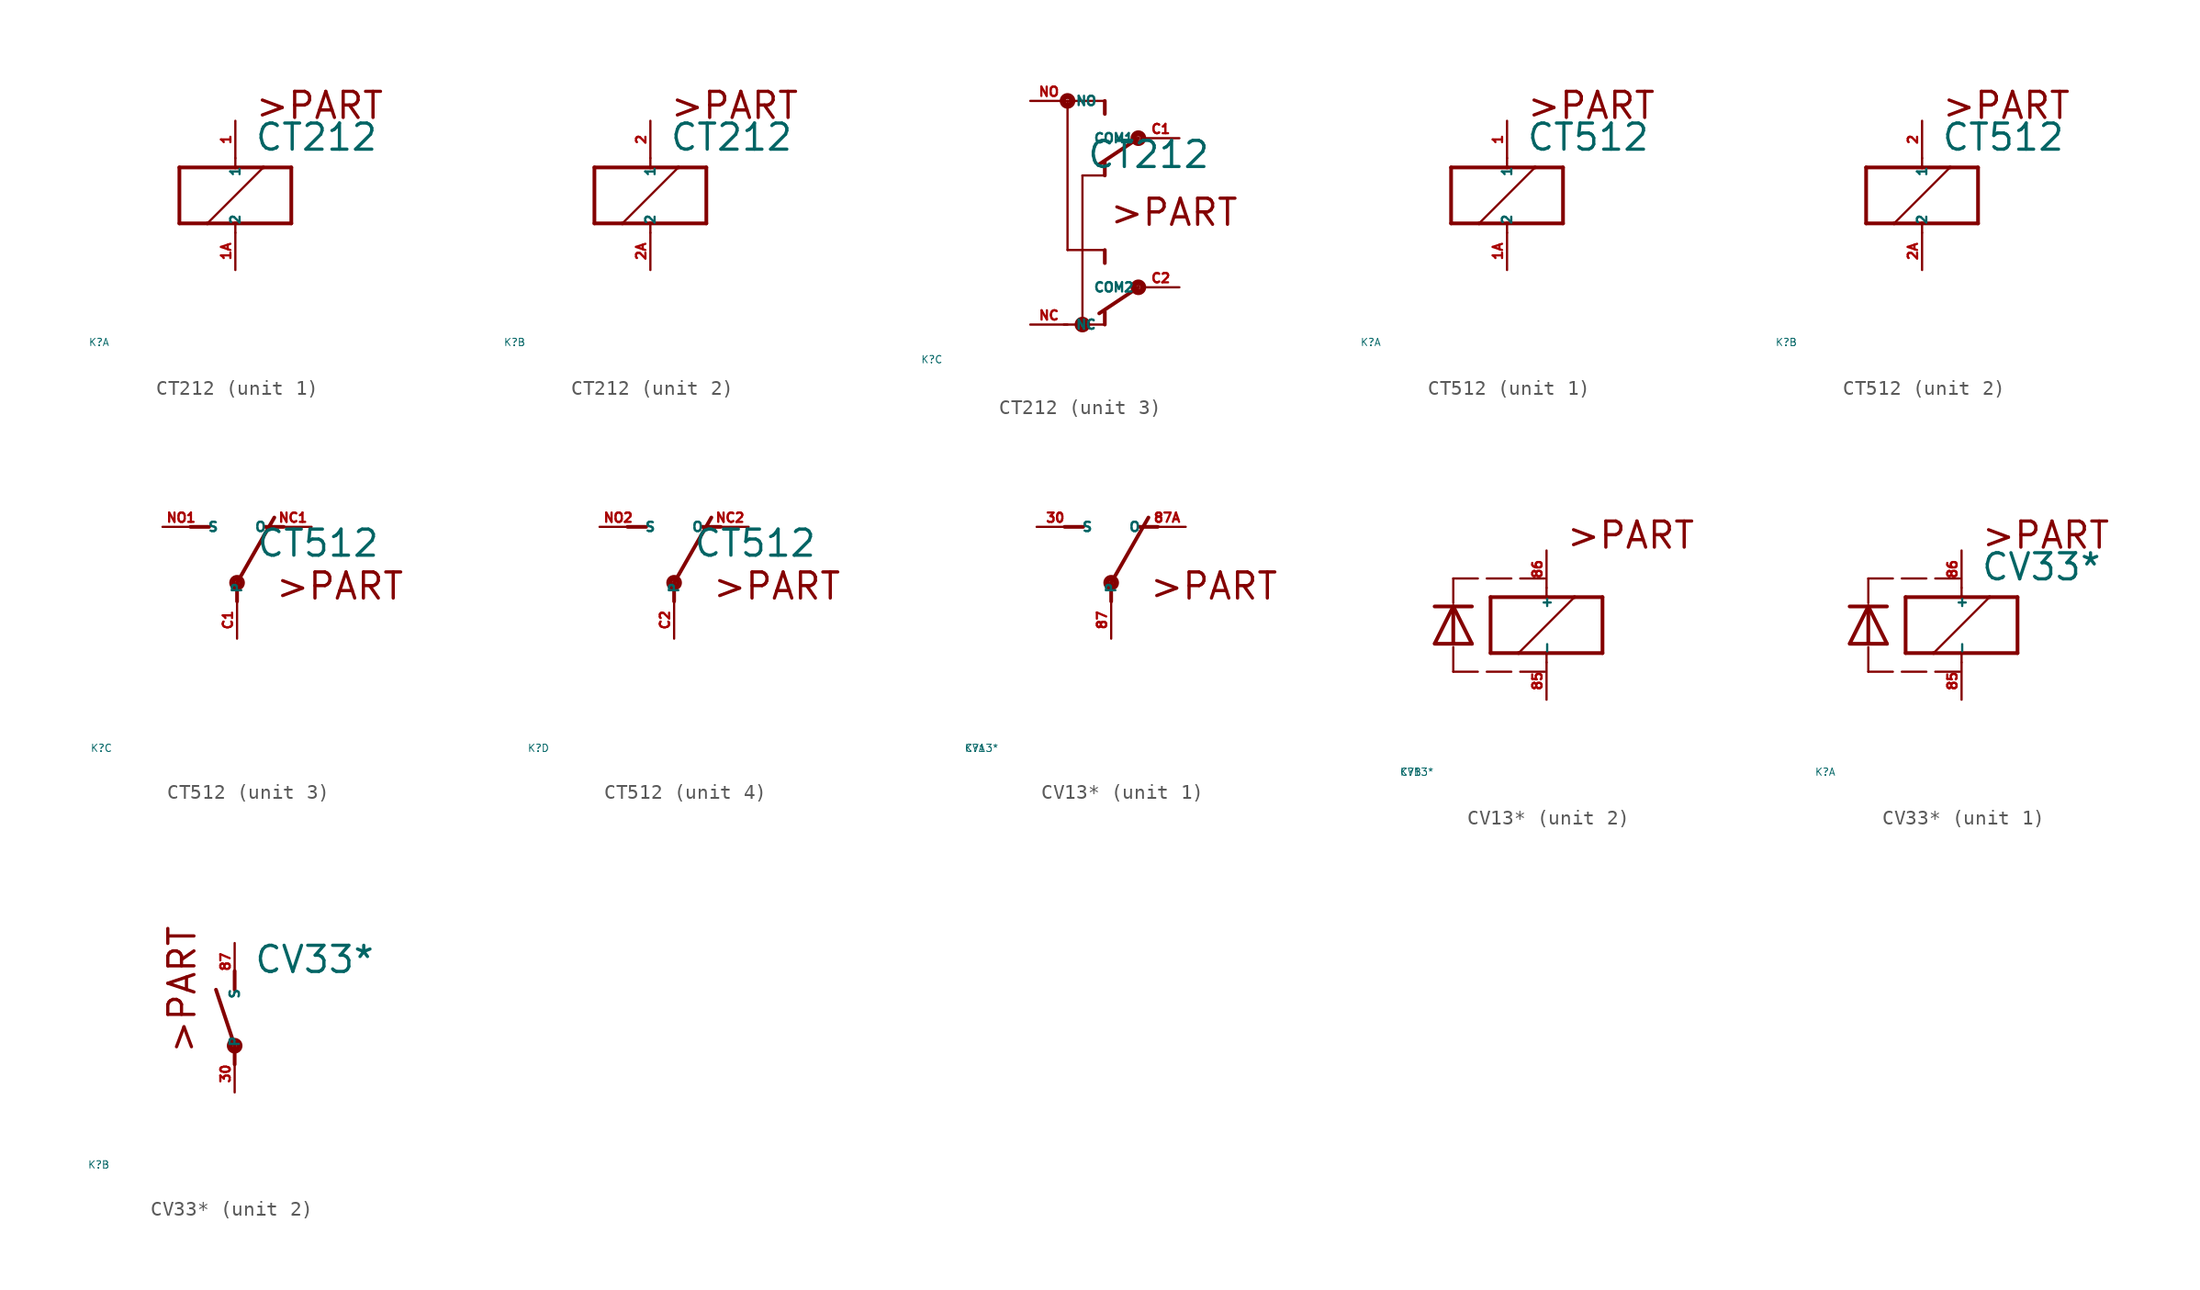
<source format=kicad_sym>
(kicad_symbol_lib
  (version 20220914)
  (generator Eagle2Kicad)
  (symbol "CT212"
    (property "Reference" "K"
      (at -10 -10 0)
      (effects (font (size 0.5 0.5) (thickness 0.06)) (justify left)))
    (property "Value" "CT212"
      (at 1.27 2.921 0)
      (effects (font (size 1.778 1.778) (thickness 0.22)) (justify left bottom)))
    (symbol "CT212_1_0"
      (polyline (pts (xy -3.81 -1.905) (xy -1.905 -1.905)) (stroke (width 0.254) (type default)) (fill (type none)))
      (polyline (pts (xy 3.81 -1.905) (xy 3.81 1.905)) (stroke (width 0.254) (type default)) (fill (type none)))
      (polyline (pts (xy 3.81 1.905) (xy 1.905 1.905)) (stroke (width 0.254) (type default)) (fill (type none)))
      (polyline (pts (xy -3.81 1.905) (xy -3.81 -1.905)) (stroke (width 0.254) (type default)) (fill (type none)))
      (polyline (pts (xy 0 -2.54) (xy 0 -1.905)) (stroke (width 0.152) (type default)) (fill (type none)))
      (polyline (pts (xy 0 -1.905) (xy 3.81 -1.905)) (stroke (width 0.254) (type default)) (fill (type none)))
      (polyline (pts (xy 0 2.54) (xy 0 1.905)) (stroke (width 0.152) (type default)) (fill (type none)))
      (polyline (pts (xy 0 1.905) (xy -3.81 1.905)) (stroke (width 0.254) (type default)) (fill (type none)))
      (polyline (pts (xy -1.905 -1.905) (xy 1.905 1.905)) (stroke (width 0.152) (type default)) (fill (type none)))
      (polyline (pts (xy -1.905 -1.905) (xy 0 -1.905)) (stroke (width 0.254) (type default)) (fill (type none)))
      (polyline (pts (xy 1.905 1.905) (xy 0 1.905)) (stroke (width 0.254) (type default)) (fill (type none)))
      (text ">PART" (at 1.27 5.08 0) (effects (font (size 1.778 1.778) (thickness 0.22)) (justify left bottom)))
      (pin passive line (at 0 -5.08 90) (length 2.54) (name "2" (effects (font (size 0.635 0.635) (thickness 0.08)) (justify left bottom))) (number "1A" (effects (font (size 0.635 0.635) (thickness 0.08)) (justify left bottom))))
      (pin passive line (at 0 5.08 270) (length 2.54) (name "1" (effects (font (size 0.635 0.635) (thickness 0.08)) (justify left bottom))) (number "1" (effects (font (size 0.635 0.635) (thickness 0.08)) (justify left bottom)))))
    (symbol "CT212_2_0"
      (polyline (pts (xy -3.81 -1.905) (xy -1.905 -1.905)) (stroke (width 0.254) (type default)) (fill (type none)))
      (polyline (pts (xy 3.81 -1.905) (xy 3.81 1.905)) (stroke (width 0.254) (type default)) (fill (type none)))
      (polyline (pts (xy 3.81 1.905) (xy 1.905 1.905)) (stroke (width 0.254) (type default)) (fill (type none)))
      (polyline (pts (xy -3.81 1.905) (xy -3.81 -1.905)) (stroke (width 0.254) (type default)) (fill (type none)))
      (polyline (pts (xy 0 -2.54) (xy 0 -1.905)) (stroke (width 0.152) (type default)) (fill (type none)))
      (polyline (pts (xy 0 -1.905) (xy 3.81 -1.905)) (stroke (width 0.254) (type default)) (fill (type none)))
      (polyline (pts (xy 0 2.54) (xy 0 1.905)) (stroke (width 0.152) (type default)) (fill (type none)))
      (polyline (pts (xy 0 1.905) (xy -3.81 1.905)) (stroke (width 0.254) (type default)) (fill (type none)))
      (polyline (pts (xy -1.905 -1.905) (xy 1.905 1.905)) (stroke (width 0.152) (type default)) (fill (type none)))
      (polyline (pts (xy -1.905 -1.905) (xy 0 -1.905)) (stroke (width 0.254) (type default)) (fill (type none)))
      (polyline (pts (xy 1.905 1.905) (xy 0 1.905)) (stroke (width 0.254) (type default)) (fill (type none)))
      (text ">PART" (at 1.27 5.08 0) (effects (font (size 1.778 1.778) (thickness 0.22)) (justify left bottom)))
      (pin passive line (at 0 -5.08 90) (length 2.54) (name "2" (effects (font (size 0.635 0.635) (thickness 0.08)) (justify left bottom))) (number "2A" (effects (font (size 0.635 0.635) (thickness 0.08)) (justify left bottom))))
      (pin passive line (at 0 5.08 270) (length 2.54) (name "1" (effects (font (size 0.635 0.635) (thickness 0.08)) (justify left bottom))) (number "2" (effects (font (size 0.635 0.635) (thickness 0.08)) (justify left bottom)))))
    (symbol "CT212_3_0"
      (polyline (pts (xy 2.54 2.54) (xy 2.54 3.429)) (stroke (width 0.254) (type default)) (fill (type none)))
      (polyline (pts (xy 4.826 -5.08) (xy 2.159 -6.858)) (stroke (width 0.254) (type default)) (fill (type none)))
      (polyline (pts (xy 4.826 5.08) (xy 2.159 3.302)) (stroke (width 0.254) (type default)) (fill (type none)))
      (polyline (pts (xy 2.54 -7.62) (xy 1.016 -7.62)) (stroke (width 0.152) (type default)) (fill (type none)))
      (polyline (pts (xy 1.016 -7.62) (xy 1.016 2.54)) (stroke (width 0.152) (type default)) (fill (type none)))
      (polyline (pts (xy 1.016 2.54) (xy 2.54 2.54)) (stroke (width 0.152) (type default)) (fill (type none)))
      (polyline (pts (xy 2.54 -7.62) (xy 2.54 -6.731)) (stroke (width 0.254) (type default)) (fill (type none)))
      (polyline (pts (xy 2.54 -2.54) (xy 2.54 -3.429)) (stroke (width 0.254) (type default)) (fill (type none)))
      (polyline (pts (xy 2.54 7.62) (xy 0 7.62)) (stroke (width 0.152) (type default)) (fill (type none)))
      (polyline (pts (xy 0 7.62) (xy 0 -2.54)) (stroke (width 0.152) (type default)) (fill (type none)))
      (polyline (pts (xy 0 -2.54) (xy 2.54 -2.54)) (stroke (width 0.152) (type default)) (fill (type none)))
      (polyline (pts (xy 2.54 7.62) (xy 2.54 6.731)) (stroke (width 0.254) (type default)) (fill (type none)))
      (polyline (pts (xy 1.016 -7.62) (xy -0.254 -7.62)) (stroke (width 0.152) (type default)) (fill (type none)))
      (text ">PART" (at 2.794 -1.016 0) (effects (font (size 1.778 1.778) (thickness 0.22)) (justify left bottom)))
      (circle (center 4.826 -5.08) (radius 0.127) (stroke (width 0.406) (type default)) (fill (type none)))
      (circle (center 4.826 5.08) (radius 0.127) (stroke (width 0.406) (type default)) (fill (type none)))
      (circle (center 0 7.62) (radius 0.127) (stroke (width 0.406) (type default)) (fill (type none)))
      (circle (center 1.016 -7.62) (radius 0.127) (stroke (width 0.406) (type default)) (fill (type none)))
      (pin passive line (at -2.54 -7.62 0) (length 2.54) (name "NC" (effects (font (size 0.635 0.635) (thickness 0.08)) (justify left bottom))) (number "NC" (effects (font (size 0.635 0.635) (thickness 0.08)) (justify left bottom))))
      (pin passive line (at -2.54 7.62 0) (length 2.54) (name "NO" (effects (font (size 0.635 0.635) (thickness 0.08)) (justify left bottom))) (number "NO" (effects (font (size 0.635 0.635) (thickness 0.08)) (justify left bottom))))
      (pin passive line (at 7.62 5.08 180) (length 2.54) (name "COM1" (effects (font (size 0.635 0.635) (thickness 0.08)) (justify left bottom))) (number "C1" (effects (font (size 0.635 0.635) (thickness 0.08)) (justify left bottom))))
      (pin passive line (at 7.62 -5.08 180) (length 2.54) (name "COM2" (effects (font (size 0.635 0.635) (thickness 0.08)) (justify left bottom))) (number "C2" (effects (font (size 0.635 0.635) (thickness 0.08)) (justify left bottom))))))
  (symbol "CT512"
    (property "Reference" "K"
      (at -10 -10 0)
      (effects (font (size 0.5 0.5) (thickness 0.06)) (justify left)))
    (property "Value" "CT512"
      (at 1.27 2.921 0)
      (effects (font (size 1.778 1.778) (thickness 0.22)) (justify left bottom)))
    (symbol "CT512_1_0"
      (polyline (pts (xy -3.81 -1.905) (xy -1.905 -1.905)) (stroke (width 0.254) (type default)) (fill (type none)))
      (polyline (pts (xy 3.81 -1.905) (xy 3.81 1.905)) (stroke (width 0.254) (type default)) (fill (type none)))
      (polyline (pts (xy 3.81 1.905) (xy 1.905 1.905)) (stroke (width 0.254) (type default)) (fill (type none)))
      (polyline (pts (xy -3.81 1.905) (xy -3.81 -1.905)) (stroke (width 0.254) (type default)) (fill (type none)))
      (polyline (pts (xy 0 -2.54) (xy 0 -1.905)) (stroke (width 0.152) (type default)) (fill (type none)))
      (polyline (pts (xy 0 -1.905) (xy 3.81 -1.905)) (stroke (width 0.254) (type default)) (fill (type none)))
      (polyline (pts (xy 0 2.54) (xy 0 1.905)) (stroke (width 0.152) (type default)) (fill (type none)))
      (polyline (pts (xy 0 1.905) (xy -3.81 1.905)) (stroke (width 0.254) (type default)) (fill (type none)))
      (polyline (pts (xy -1.905 -1.905) (xy 1.905 1.905)) (stroke (width 0.152) (type default)) (fill (type none)))
      (polyline (pts (xy -1.905 -1.905) (xy 0 -1.905)) (stroke (width 0.254) (type default)) (fill (type none)))
      (polyline (pts (xy 1.905 1.905) (xy 0 1.905)) (stroke (width 0.254) (type default)) (fill (type none)))
      (text ">PART" (at 1.27 5.08 0) (effects (font (size 1.778 1.778) (thickness 0.22)) (justify left bottom)))
      (pin passive line (at 0 -5.08 90) (length 2.54) (name "2" (effects (font (size 0.635 0.635) (thickness 0.08)) (justify left bottom))) (number "1A" (effects (font (size 0.635 0.635) (thickness 0.08)) (justify left bottom))))
      (pin passive line (at 0 5.08 270) (length 2.54) (name "1" (effects (font (size 0.635 0.635) (thickness 0.08)) (justify left bottom))) (number "1" (effects (font (size 0.635 0.635) (thickness 0.08)) (justify left bottom)))))
    (symbol "CT512_2_0"
      (polyline (pts (xy -3.81 -1.905) (xy -1.905 -1.905)) (stroke (width 0.254) (type default)) (fill (type none)))
      (polyline (pts (xy 3.81 -1.905) (xy 3.81 1.905)) (stroke (width 0.254) (type default)) (fill (type none)))
      (polyline (pts (xy 3.81 1.905) (xy 1.905 1.905)) (stroke (width 0.254) (type default)) (fill (type none)))
      (polyline (pts (xy -3.81 1.905) (xy -3.81 -1.905)) (stroke (width 0.254) (type default)) (fill (type none)))
      (polyline (pts (xy 0 -2.54) (xy 0 -1.905)) (stroke (width 0.152) (type default)) (fill (type none)))
      (polyline (pts (xy 0 -1.905) (xy 3.81 -1.905)) (stroke (width 0.254) (type default)) (fill (type none)))
      (polyline (pts (xy 0 2.54) (xy 0 1.905)) (stroke (width 0.152) (type default)) (fill (type none)))
      (polyline (pts (xy 0 1.905) (xy -3.81 1.905)) (stroke (width 0.254) (type default)) (fill (type none)))
      (polyline (pts (xy -1.905 -1.905) (xy 1.905 1.905)) (stroke (width 0.152) (type default)) (fill (type none)))
      (polyline (pts (xy -1.905 -1.905) (xy 0 -1.905)) (stroke (width 0.254) (type default)) (fill (type none)))
      (polyline (pts (xy 1.905 1.905) (xy 0 1.905)) (stroke (width 0.254) (type default)) (fill (type none)))
      (text ">PART" (at 1.27 5.08 0) (effects (font (size 1.778 1.778) (thickness 0.22)) (justify left bottom)))
      (pin passive line (at 0 -5.08 90) (length 2.54) (name "2" (effects (font (size 0.635 0.635) (thickness 0.08)) (justify left bottom))) (number "2A" (effects (font (size 0.635 0.635) (thickness 0.08)) (justify left bottom))))
      (pin passive line (at 0 5.08 270) (length 2.54) (name "1" (effects (font (size 0.635 0.635) (thickness 0.08)) (justify left bottom))) (number "2" (effects (font (size 0.635 0.635) (thickness 0.08)) (justify left bottom)))))
    (symbol "CT512_3_0"
      (polyline (pts (xy 3.175 5.08) (xy 1.905 5.08)) (stroke (width 0.254) (type default)) (fill (type none)))
      (polyline (pts (xy -3.175 5.08) (xy -1.905 5.08)) (stroke (width 0.254) (type default)) (fill (type none)))
      (polyline (pts (xy 0 1.27) (xy 2.54 5.715)) (stroke (width 0.254) (type default)) (fill (type none)))
      (polyline (pts (xy 0 1.27) (xy 0 0)) (stroke (width 0.254) (type default)) (fill (type none)))
      (text ">PART" (at 2.54 0 0) (effects (font (size 1.778 1.778) (thickness 0.22)) (justify left bottom)))
      (circle (center 0 1.27) (radius 0.127) (stroke (width 0.406) (type default)) (fill (type none)))
      (pin passive line (at 5.08 5.08 180) (length 2.54) (name "O" (effects (font (size 0.635 0.635) (thickness 0.08)) (justify left bottom))) (number "NC1" (effects (font (size 0.635 0.635) (thickness 0.08)) (justify left bottom))))
      (pin passive line (at -5.08 5.08 0) (length 2.54) (name "S" (effects (font (size 0.635 0.635) (thickness 0.08)) (justify left bottom))) (number "NO1" (effects (font (size 0.635 0.635) (thickness 0.08)) (justify left bottom))))
      (pin passive line (at 0 -2.54 90) (length 2.54) (name "P" (effects (font (size 0.635 0.635) (thickness 0.08)) (justify left bottom))) (number "C1" (effects (font (size 0.635 0.635) (thickness 0.08)) (justify left bottom)))))
    (symbol "CT512_4_0"
      (polyline (pts (xy 3.175 5.08) (xy 1.905 5.08)) (stroke (width 0.254) (type default)) (fill (type none)))
      (polyline (pts (xy -3.175 5.08) (xy -1.905 5.08)) (stroke (width 0.254) (type default)) (fill (type none)))
      (polyline (pts (xy 0 1.27) (xy 2.54 5.715)) (stroke (width 0.254) (type default)) (fill (type none)))
      (polyline (pts (xy 0 1.27) (xy 0 0)) (stroke (width 0.254) (type default)) (fill (type none)))
      (text ">PART" (at 2.54 0 0) (effects (font (size 1.778 1.778) (thickness 0.22)) (justify left bottom)))
      (circle (center 0 1.27) (radius 0.127) (stroke (width 0.406) (type default)) (fill (type none)))
      (pin passive line (at 5.08 5.08 180) (length 2.54) (name "O" (effects (font (size 0.635 0.635) (thickness 0.08)) (justify left bottom))) (number "NC2" (effects (font (size 0.635 0.635) (thickness 0.08)) (justify left bottom))))
      (pin passive line (at -5.08 5.08 0) (length 2.54) (name "S" (effects (font (size 0.635 0.635) (thickness 0.08)) (justify left bottom))) (number "NO2" (effects (font (size 0.635 0.635) (thickness 0.08)) (justify left bottom))))
      (pin passive line (at 0 -2.54 90) (length 2.54) (name "P" (effects (font (size 0.635 0.635) (thickness 0.08)) (justify left bottom))) (number "C2" (effects (font (size 0.635 0.635) (thickness 0.08)) (justify left bottom))))))
  (symbol "CV13*"
    (property "Reference" "K"
      (at -10 -10 0)
      (effects (font (size 0.5 0.5) (thickness 0.06)) (justify left)))
    (property "Value" "CV13*"
      (at -10 -10 0)
      (effects (font (size 0.5 0.5) (thickness 0.06)) (justify left)))
    (symbol "CV13*_1_0"
      (polyline (pts (xy 3.175 5.08) (xy 1.905 5.08)) (stroke (width 0.254) (type default)) (fill (type none)))
      (polyline (pts (xy -3.175 5.08) (xy -1.905 5.08)) (stroke (width 0.254) (type default)) (fill (type none)))
      (polyline (pts (xy 0 1.27) (xy 2.54 5.715)) (stroke (width 0.254) (type default)) (fill (type none)))
      (polyline (pts (xy 0 1.27) (xy 0 0)) (stroke (width 0.254) (type default)) (fill (type none)))
      (text ">PART" (at 2.54 0 0) (effects (font (size 1.778 1.778) (thickness 0.22)) (justify left bottom)))
      (circle (center 0 1.27) (radius 0.127) (stroke (width 0.406) (type default)) (fill (type none)))
      (pin passive line (at 5.08 5.08 180) (length 2.54) (name "O" (effects (font (size 0.635 0.635) (thickness 0.08)) (justify left bottom))) (number "87A" (effects (font (size 0.635 0.635) (thickness 0.08)) (justify left bottom))))
      (pin passive line (at -5.08 5.08 0) (length 2.54) (name "S" (effects (font (size 0.635 0.635) (thickness 0.08)) (justify left bottom))) (number "30" (effects (font (size 0.635 0.635) (thickness 0.08)) (justify left bottom))))
      (pin passive line (at 0 -2.54 90) (length 2.54) (name "P" (effects (font (size 0.635 0.635) (thickness 0.08)) (justify left bottom))) (number "87" (effects (font (size 0.635 0.635) (thickness 0.08)) (justify left bottom)))))
    (symbol "CV13*_2_0"
      (polyline (pts (xy -3.81 -1.905) (xy -1.905 -1.905)) (stroke (width 0.254) (type default)) (fill (type none)))
      (polyline (pts (xy 3.81 -1.905) (xy 3.81 1.905)) (stroke (width 0.254) (type default)) (fill (type none)))
      (polyline (pts (xy 3.81 1.905) (xy 1.905 1.905)) (stroke (width 0.254) (type default)) (fill (type none)))
      (polyline (pts (xy -3.81 1.905) (xy -3.81 -1.905)) (stroke (width 0.254) (type default)) (fill (type none)))
      (polyline (pts (xy 0 -2.54) (xy 0 -1.905)) (stroke (width 0.152) (type default)) (fill (type none)))
      (polyline (pts (xy 0 -1.905) (xy 3.81 -1.905)) (stroke (width 0.254) (type default)) (fill (type none)))
      (polyline (pts (xy 0 2.54) (xy 0 1.905)) (stroke (width 0.152) (type default)) (fill (type none)))
      (polyline (pts (xy 0 1.905) (xy -3.81 1.905)) (stroke (width 0.254) (type default)) (fill (type none)))
      (polyline (pts (xy -1.905 -1.905) (xy 1.905 1.905)) (stroke (width 0.152) (type default)) (fill (type none)))
      (polyline (pts (xy -1.905 -1.905) (xy 0 -1.905)) (stroke (width 0.254) (type default)) (fill (type none)))
      (polyline (pts (xy 1.905 1.905) (xy 0 1.905)) (stroke (width 0.254) (type default)) (fill (type none)))
      (polyline (pts (xy -5.08 -1.27) (xy -6.35 1.27)) (stroke (width 0.254) (type dash)) (fill (type none)))
      (polyline (pts (xy -6.35 1.27) (xy -7.62 -1.27)) (stroke (width 0.254) (type dash)) (fill (type none)))
      (polyline (pts (xy -7.62 1.27) (xy -6.35 1.27)) (stroke (width 0.254) (type dash)) (fill (type none)))
      (polyline (pts (xy -7.62 -1.27) (xy -6.35 -1.27)) (stroke (width 0.254) (type dash)) (fill (type none)))
      (polyline (pts (xy -6.35 -1.27) (xy -6.35 1.27)) (stroke (width 0.254) (type dash)) (fill (type none)))
      (polyline (pts (xy -6.35 -1.27) (xy -5.08 -1.27)) (stroke (width 0.254) (type dash)) (fill (type none)))
      (polyline (pts (xy -6.35 1.27) (xy -5.08 1.27)) (stroke (width 0.254) (type dash)) (fill (type none)))
      (polyline (pts (xy -6.35 3.175) (xy -6.35 1.27)) (stroke (width 0.152) (type dash)) (fill (type none)))
      (polyline (pts (xy -6.35 3.175) (xy 0 3.175)) (stroke (width 0.152) (type dash)) (fill (type none)))
      (polyline (pts (xy -6.35 -3.175) (xy -6.35 -1.27)) (stroke (width 0.152) (type dash)) (fill (type none)))
      (polyline (pts (xy -6.35 -3.175) (xy 0 -3.175)) (stroke (width 0.152) (type dash)) (fill (type none)))
      (text ">PART" (at 1.27 5.08 0) (effects (font (size 1.778 1.778) (thickness 0.22)) (justify left bottom)))
      (pin passive line (at 0 -5.08 90) (length 2.54) (name "-" (effects (font (size 0.635 0.635) (thickness 0.08)) (justify left bottom))) (number "85" (effects (font (size 0.635 0.635) (thickness 0.08)) (justify left bottom))))
      (pin passive line (at 0 5.08 270) (length 2.54) (name "+" (effects (font (size 0.635 0.635) (thickness 0.08)) (justify left bottom))) (number "86" (effects (font (size 0.635 0.635) (thickness 0.08)) (justify left bottom))))))
  (symbol "CV33*"
    (property "Reference" "K"
      (at -10 -10 0)
      (effects (font (size 0.5 0.5) (thickness 0.06)) (justify left)))
    (property "Value" "CV33*"
      (at 1.27 2.921 0)
      (effects (font (size 1.778 1.778) (thickness 0.22)) (justify left bottom)))
    (symbol "CV33*_1_0"
      (polyline (pts (xy -3.81 -1.905) (xy -1.905 -1.905)) (stroke (width 0.254) (type default)) (fill (type none)))
      (polyline (pts (xy 3.81 -1.905) (xy 3.81 1.905)) (stroke (width 0.254) (type default)) (fill (type none)))
      (polyline (pts (xy 3.81 1.905) (xy 1.905 1.905)) (stroke (width 0.254) (type default)) (fill (type none)))
      (polyline (pts (xy -3.81 1.905) (xy -3.81 -1.905)) (stroke (width 0.254) (type default)) (fill (type none)))
      (polyline (pts (xy 0 -2.54) (xy 0 -1.905)) (stroke (width 0.152) (type default)) (fill (type none)))
      (polyline (pts (xy 0 -1.905) (xy 3.81 -1.905)) (stroke (width 0.254) (type default)) (fill (type none)))
      (polyline (pts (xy 0 2.54) (xy 0 1.905)) (stroke (width 0.152) (type default)) (fill (type none)))
      (polyline (pts (xy 0 1.905) (xy -3.81 1.905)) (stroke (width 0.254) (type default)) (fill (type none)))
      (polyline (pts (xy -1.905 -1.905) (xy 1.905 1.905)) (stroke (width 0.152) (type default)) (fill (type none)))
      (polyline (pts (xy -1.905 -1.905) (xy 0 -1.905)) (stroke (width 0.254) (type default)) (fill (type none)))
      (polyline (pts (xy 1.905 1.905) (xy 0 1.905)) (stroke (width 0.254) (type default)) (fill (type none)))
      (polyline (pts (xy -5.08 -1.27) (xy -6.35 1.27)) (stroke (width 0.254) (type dash)) (fill (type none)))
      (polyline (pts (xy -6.35 1.27) (xy -7.62 -1.27)) (stroke (width 0.254) (type dash)) (fill (type none)))
      (polyline (pts (xy -7.62 1.27) (xy -6.35 1.27)) (stroke (width 0.254) (type dash)) (fill (type none)))
      (polyline (pts (xy -7.62 -1.27) (xy -6.35 -1.27)) (stroke (width 0.254) (type dash)) (fill (type none)))
      (polyline (pts (xy -6.35 -1.27) (xy -6.35 1.27)) (stroke (width 0.254) (type dash)) (fill (type none)))
      (polyline (pts (xy -6.35 -1.27) (xy -5.08 -1.27)) (stroke (width 0.254) (type dash)) (fill (type none)))
      (polyline (pts (xy -6.35 1.27) (xy -5.08 1.27)) (stroke (width 0.254) (type dash)) (fill (type none)))
      (polyline (pts (xy -6.35 3.175) (xy -6.35 1.27)) (stroke (width 0.152) (type dash)) (fill (type none)))
      (polyline (pts (xy -6.35 3.175) (xy 0 3.175)) (stroke (width 0.152) (type dash)) (fill (type none)))
      (polyline (pts (xy -6.35 -3.175) (xy -6.35 -1.27)) (stroke (width 0.152) (type dash)) (fill (type none)))
      (polyline (pts (xy -6.35 -3.175) (xy 0 -3.175)) (stroke (width 0.152) (type dash)) (fill (type none)))
      (text ">PART" (at 1.27 5.08 0) (effects (font (size 1.778 1.778) (thickness 0.22)) (justify left bottom)))
      (pin passive line (at 0 -5.08 90) (length 2.54) (name "-" (effects (font (size 0.635 0.635) (thickness 0.08)) (justify left bottom))) (number "85" (effects (font (size 0.635 0.635) (thickness 0.08)) (justify left bottom))))
      (pin passive line (at 0 5.08 270) (length 2.54) (name "+" (effects (font (size 0.635 0.635) (thickness 0.08)) (justify left bottom))) (number "86" (effects (font (size 0.635 0.635) (thickness 0.08)) (justify left bottom)))))
    (symbol "CV33*_2_0"
      (polyline (pts (xy 0 3.175) (xy 0 1.905)) (stroke (width 0.254) (type default)) (fill (type none)))
      (polyline (pts (xy 0 -3.175) (xy 0 -1.905)) (stroke (width 0.254) (type default)) (fill (type none)))
      (polyline (pts (xy 0 -1.905) (xy -1.27 1.905)) (stroke (width 0.254) (type default)) (fill (type none)))
      (text ">PART" (at -2.54 -2.54 900) (effects (font (size 1.778 1.778) (thickness 0.22)) (justify left bottom)))
      (circle (center 0 -1.905) (radius 0.127) (stroke (width 0.406) (type default)) (fill (type none)))
      (pin passive line (at 0 -5.08 90) (length 2.54) (name "P" (effects (font (size 0.635 0.635) (thickness 0.08)) (justify left bottom))) (number "30" (effects (font (size 0.635 0.635) (thickness 0.08)) (justify left bottom))))
      (pin passive line (at 0 5.08 270) (length 2.54) (name "S" (effects (font (size 0.635 0.635) (thickness 0.08)) (justify left bottom))) (number "87" (effects (font (size 0.635 0.635) (thickness 0.08)) (justify left bottom)))))))
</source>
